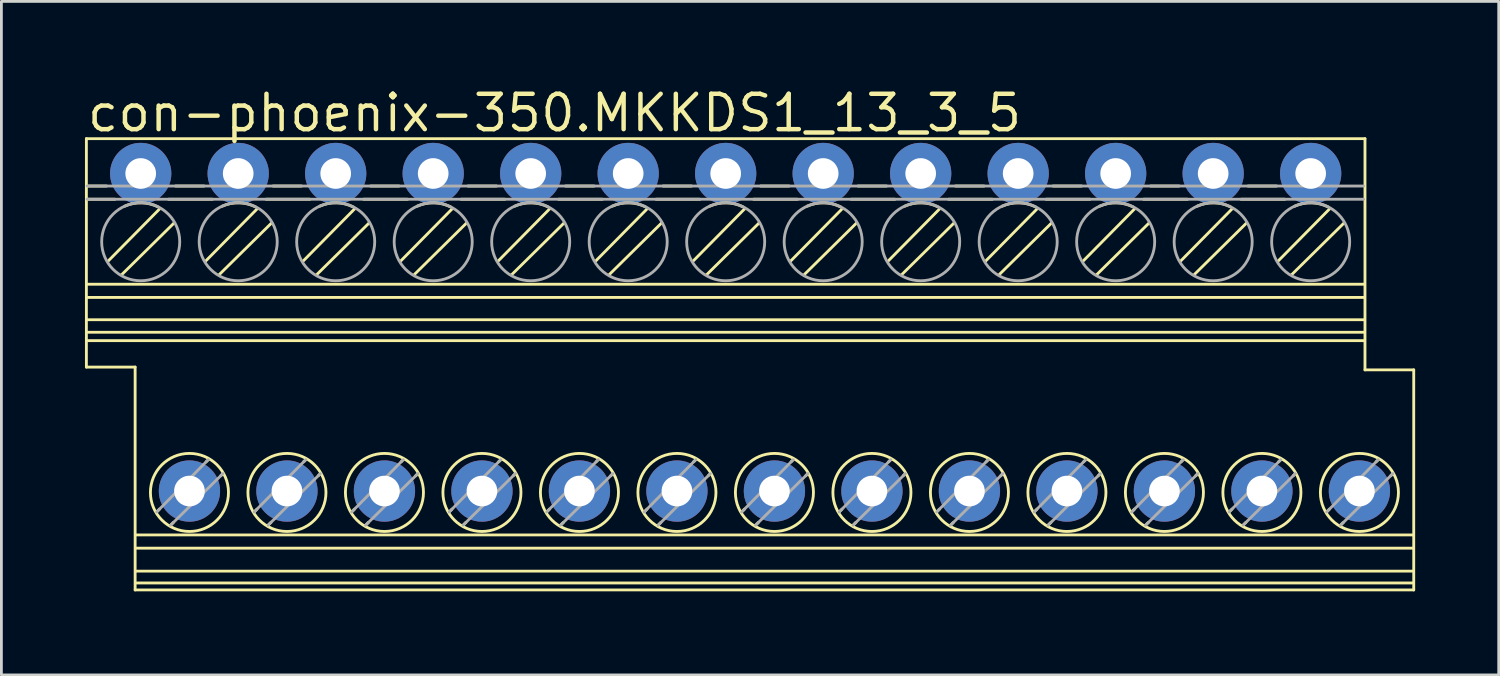
<source format=kicad_pcb>
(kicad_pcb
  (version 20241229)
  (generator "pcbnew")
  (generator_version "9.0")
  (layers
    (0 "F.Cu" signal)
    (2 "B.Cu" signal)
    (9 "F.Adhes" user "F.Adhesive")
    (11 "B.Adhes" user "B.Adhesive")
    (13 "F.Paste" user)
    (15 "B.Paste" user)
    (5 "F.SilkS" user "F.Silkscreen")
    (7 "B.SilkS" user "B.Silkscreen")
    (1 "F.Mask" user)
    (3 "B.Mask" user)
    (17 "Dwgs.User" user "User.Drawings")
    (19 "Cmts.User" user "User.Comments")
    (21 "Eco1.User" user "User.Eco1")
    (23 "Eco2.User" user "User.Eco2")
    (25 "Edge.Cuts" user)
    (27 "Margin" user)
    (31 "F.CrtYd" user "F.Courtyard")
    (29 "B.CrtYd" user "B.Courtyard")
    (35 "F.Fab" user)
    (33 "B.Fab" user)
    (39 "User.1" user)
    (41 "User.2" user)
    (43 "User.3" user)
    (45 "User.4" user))
  (footprint "con-phoenix-350.MKKDS1_13_3_5"
    (layer "F.Cu")
    (at 23.001 10.028)
    (property "Reference" "con-phoenix-350.MKKDS1_13_3_5" (at -23.001 -8.278 0) (layer "F.SilkS") (effects (font (size 1.27 1.27) (thickness 0.16)) (justify left bottom)))
    (attr through_hole)
    (fp_line (start -22.95 -8.1) (end 22.95 -8.1) (stroke (width 0.102) (type default)) (layer "F.SilkS"))
    (fp_line (start -22.95 0.1) (end -22.95 -8.1) (stroke (width 0.102) (type default)) (layer "F.SilkS"))
    (fp_line (start -22.925 -6.4) (end -22.225 -6.4) (stroke (width 0.102) (type default)) (layer "F.SilkS"))
    (fp_line (start -22.925 -5.925) (end -21.925 -5.925) (stroke (width 0.102) (type default)) (layer "F.SilkS"))
    (fp_line (start -22.9 -2.875) (end 22.925 -2.875) (stroke (width 0.102) (type default)) (layer "F.SilkS"))
    (fp_line (start -22.9 -2.4) (end 22.925 -2.4) (stroke (width 0.102) (type default)) (layer "F.SilkS"))
    (fp_line (start -22.9 -1.6) (end 22.925 -1.6) (stroke (width 0.102) (type default)) (layer "F.SilkS"))
    (fp_line (start -22.9 -0.85) (end 22.925 -0.85) (stroke (width 0.102) (type default)) (layer "F.SilkS"))
    (fp_line (start -22.175 -3.7) (end -20.325 -5.575) (stroke (width 0.102) (type default)) (layer "F.SilkS"))
    (fp_line (start -21.675 -3.225) (end -19.8 -5.075) (stroke (width 0.102) (type default)) (layer "F.SilkS"))
    (fp_line (start -21.2 0.1) (end -22.95 0.1) (stroke (width 0.102) (type default)) (layer "F.SilkS"))
    (fp_line (start -21.2 8.1) (end -21.2 0.1) (stroke (width 0.102) (type default)) (layer "F.SilkS"))
    (fp_line (start -21.15 6.125) (end 24.675 6.125) (stroke (width 0.102) (type default)) (layer "F.SilkS"))
    (fp_line (start -21.15 6.6) (end 24.675 6.6) (stroke (width 0.102) (type default)) (layer "F.SilkS"))
    (fp_line (start -21.15 7.425) (end 24.675 7.425) (stroke (width 0.102) (type default)) (layer "F.SilkS"))
    (fp_line (start -21.15 7.85) (end 24.675 7.85) (stroke (width 0.102) (type default)) (layer "F.SilkS"))
    (fp_line (start -20.425 5.3) (end -20.325 5.2) (stroke (width 0.102) (type default)) (layer "F.SilkS"))
    (fp_line (start -20 -5.925) (end -18.425 -5.925) (stroke (width 0.102) (type default)) (layer "F.SilkS"))
    (fp_line (start -19.925 5.775) (end -19.825 5.675) (stroke (width 0.102) (type default)) (layer "F.SilkS"))
    (fp_line (start -19.75 -6.4) (end -18.725 -6.4) (stroke (width 0.102) (type default)) (layer "F.SilkS"))
    (fp_line (start -18.675 -3.7) (end -16.825 -5.575) (stroke (width 0.102) (type default)) (layer "F.SilkS"))
    (fp_line (start -18.65 3.5) (end -18.575 3.425) (stroke (width 0.102) (type default)) (layer "F.SilkS"))
    (fp_line (start -18.175 -3.225) (end -16.3 -5.075) (stroke (width 0.102) (type default)) (layer "F.SilkS"))
    (fp_line (start -18.125 4) (end -18.05 3.925) (stroke (width 0.102) (type default)) (layer "F.SilkS"))
    (fp_line (start -16.925 5.3) (end -16.825 5.2) (stroke (width 0.102) (type default)) (layer "F.SilkS"))
    (fp_line (start -16.5 -5.925) (end -14.925 -5.925) (stroke (width 0.102) (type default)) (layer "F.SilkS"))
    (fp_line (start -16.425 5.775) (end -16.325 5.675) (stroke (width 0.102) (type default)) (layer "F.SilkS"))
    (fp_line (start -16.25 -6.4) (end -15.225 -6.4) (stroke (width 0.102) (type default)) (layer "F.SilkS"))
    (fp_line (start -15.175 -3.7) (end -13.325 -5.575) (stroke (width 0.102) (type default)) (layer "F.SilkS"))
    (fp_line (start -15.15 3.5) (end -15.075 3.425) (stroke (width 0.102) (type default)) (layer "F.SilkS"))
    (fp_line (start -14.675 -3.225) (end -12.8 -5.075) (stroke (width 0.102) (type default)) (layer "F.SilkS"))
    (fp_line (start -14.625 4) (end -14.55 3.925) (stroke (width 0.102) (type default)) (layer "F.SilkS"))
    (fp_line (start -13.425 5.3) (end -13.325 5.2) (stroke (width 0.102) (type default)) (layer "F.SilkS"))
    (fp_line (start -13 -5.925) (end -11.425 -5.925) (stroke (width 0.102) (type default)) (layer "F.SilkS"))
    (fp_line (start -12.925 5.775) (end -12.825 5.675) (stroke (width 0.102) (type default)) (layer "F.SilkS"))
    (fp_line (start -12.75 -6.4) (end -11.725 -6.4) (stroke (width 0.102) (type default)) (layer "F.SilkS"))
    (fp_line (start -11.675 -3.7) (end -9.825 -5.575) (stroke (width 0.102) (type default)) (layer "F.SilkS"))
    (fp_line (start -11.65 3.5) (end -11.575 3.425) (stroke (width 0.102) (type default)) (layer "F.SilkS"))
    (fp_line (start -11.175 -3.225) (end -9.3 -5.075) (stroke (width 0.102) (type default)) (layer "F.SilkS"))
    (fp_line (start -11.125 4) (end -11.05 3.925) (stroke (width 0.102) (type default)) (layer "F.SilkS"))
    (fp_line (start -9.925 5.3) (end -9.825 5.2) (stroke (width 0.102) (type default)) (layer "F.SilkS"))
    (fp_line (start -9.5 -5.925) (end -7.925 -5.925) (stroke (width 0.102) (type default)) (layer "F.SilkS"))
    (fp_line (start -9.425 5.775) (end -9.325 5.675) (stroke (width 0.102) (type default)) (layer "F.SilkS"))
    (fp_line (start -9.25 -6.4) (end -8.225 -6.4) (stroke (width 0.102) (type default)) (layer "F.SilkS"))
    (fp_line (start -8.175 -3.7) (end -6.325 -5.575) (stroke (width 0.102) (type default)) (layer "F.SilkS"))
    (fp_line (start -8.15 3.5) (end -8.075 3.425) (stroke (width 0.102) (type default)) (layer "F.SilkS"))
    (fp_line (start -7.675 -3.225) (end -5.8 -5.075) (stroke (width 0.102) (type default)) (layer "F.SilkS"))
    (fp_line (start -7.625 4) (end -7.55 3.925) (stroke (width 0.102) (type default)) (layer "F.SilkS"))
    (fp_line (start -6.425 5.3) (end -6.325 5.2) (stroke (width 0.102) (type default)) (layer "F.SilkS"))
    (fp_line (start -6 -5.925) (end -4.425 -5.925) (stroke (width 0.102) (type default)) (layer "F.SilkS"))
    (fp_line (start -5.925 5.775) (end -5.825 5.675) (stroke (width 0.102) (type default)) (layer "F.SilkS"))
    (fp_line (start -5.75 -6.4) (end -4.725 -6.4) (stroke (width 0.102) (type default)) (layer "F.SilkS"))
    (fp_line (start -4.675 -3.7) (end -2.825 -5.575) (stroke (width 0.102) (type default)) (layer "F.SilkS"))
    (fp_line (start -4.65 3.5) (end -4.575 3.425) (stroke (width 0.102) (type default)) (layer "F.SilkS"))
    (fp_line (start -4.175 -3.225) (end -2.3 -5.075) (stroke (width 0.102) (type default)) (layer "F.SilkS"))
    (fp_line (start -4.125 4) (end -4.05 3.925) (stroke (width 0.102) (type default)) (layer "F.SilkS"))
    (fp_line (start -2.925 5.3) (end -2.825 5.2) (stroke (width 0.102) (type default)) (layer "F.SilkS"))
    (fp_line (start -2.5 -5.925) (end -0.925 -5.925) (stroke (width 0.102) (type default)) (layer "F.SilkS"))
    (fp_line (start -2.425 5.775) (end -2.325 5.675) (stroke (width 0.102) (type default)) (layer "F.SilkS"))
    (fp_line (start -2.25 -6.4) (end -1.225 -6.4) (stroke (width 0.102) (type default)) (layer "F.SilkS"))
    (fp_line (start -1.175 -3.7) (end 0.675 -5.575) (stroke (width 0.102) (type default)) (layer "F.SilkS"))
    (fp_line (start -1.15 3.5) (end -1.075 3.425) (stroke (width 0.102) (type default)) (layer "F.SilkS"))
    (fp_line (start -0.675 -3.225) (end 1.2 -5.075) (stroke (width 0.102) (type default)) (layer "F.SilkS"))
    (fp_line (start -0.625 4) (end -0.55 3.925) (stroke (width 0.102) (type default)) (layer "F.SilkS"))
    (fp_line (start 0.575 5.3) (end 0.675 5.2) (stroke (width 0.102) (type default)) (layer "F.SilkS"))
    (fp_line (start 1 -5.925) (end 2.575 -5.925) (stroke (width 0.102) (type default)) (layer "F.SilkS"))
    (fp_line (start 1.075 5.775) (end 1.175 5.675) (stroke (width 0.102) (type default)) (layer "F.SilkS"))
    (fp_line (start 1.25 -6.4) (end 2.275 -6.4) (stroke (width 0.102) (type default)) (layer "F.SilkS"))
    (fp_line (start 2.325 -3.7) (end 4.175 -5.575) (stroke (width 0.102) (type default)) (layer "F.SilkS"))
    (fp_line (start 2.35 3.5) (end 2.425 3.425) (stroke (width 0.102) (type default)) (layer "F.SilkS"))
    (fp_line (start 2.825 -3.225) (end 4.7 -5.075) (stroke (width 0.102) (type default)) (layer "F.SilkS"))
    (fp_line (start 2.875 4) (end 2.95 3.925) (stroke (width 0.102) (type default)) (layer "F.SilkS"))
    (fp_line (start 4.075 5.3) (end 4.175 5.2) (stroke (width 0.102) (type default)) (layer "F.SilkS"))
    (fp_line (start 4.5 -5.925) (end 6.075 -5.925) (stroke (width 0.102) (type default)) (layer "F.SilkS"))
    (fp_line (start 4.575 5.775) (end 4.675 5.675) (stroke (width 0.102) (type default)) (layer "F.SilkS"))
    (fp_line (start 4.75 -6.4) (end 5.775 -6.4) (stroke (width 0.102) (type default)) (layer "F.SilkS"))
    (fp_line (start 5.825 -3.7) (end 7.675 -5.575) (stroke (width 0.102) (type default)) (layer "F.SilkS"))
    (fp_line (start 5.85 3.5) (end 5.925 3.425) (stroke (width 0.102) (type default)) (layer "F.SilkS"))
    (fp_line (start 6.325 -3.225) (end 8.2 -5.075) (stroke (width 0.102) (type default)) (layer "F.SilkS"))
    (fp_line (start 6.375 4) (end 6.45 3.925) (stroke (width 0.102) (type default)) (layer "F.SilkS"))
    (fp_line (start 7.575 5.3) (end 7.675 5.2) (stroke (width 0.102) (type default)) (layer "F.SilkS"))
    (fp_line (start 8 -5.925) (end 9.575 -5.925) (stroke (width 0.102) (type default)) (layer "F.SilkS"))
    (fp_line (start 8.075 5.775) (end 8.175 5.675) (stroke (width 0.102) (type default)) (layer "F.SilkS"))
    (fp_line (start 8.25 -6.4) (end 9.275 -6.4) (stroke (width 0.102) (type default)) (layer "F.SilkS"))
    (fp_line (start 9.325 -3.7) (end 11.175 -5.575) (stroke (width 0.102) (type default)) (layer "F.SilkS"))
    (fp_line (start 9.35 3.5) (end 9.425 3.425) (stroke (width 0.102) (type default)) (layer "F.SilkS"))
    (fp_line (start 9.825 -3.225) (end 11.7 -5.075) (stroke (width 0.102) (type default)) (layer "F.SilkS"))
    (fp_line (start 9.875 4) (end 9.95 3.925) (stroke (width 0.102) (type default)) (layer "F.SilkS"))
    (fp_line (start 11.075 5.3) (end 11.175 5.2) (stroke (width 0.102) (type default)) (layer "F.SilkS"))
    (fp_line (start 11.5 -5.925) (end 13.075 -5.925) (stroke (width 0.102) (type default)) (layer "F.SilkS"))
    (fp_line (start 11.575 5.775) (end 11.675 5.675) (stroke (width 0.102) (type default)) (layer "F.SilkS"))
    (fp_line (start 11.75 -6.4) (end 12.775 -6.4) (stroke (width 0.102) (type default)) (layer "F.SilkS"))
    (fp_line (start 12.825 -3.7) (end 14.675 -5.575) (stroke (width 0.102) (type default)) (layer "F.SilkS"))
    (fp_line (start 12.85 3.5) (end 12.925 3.425) (stroke (width 0.102) (type default)) (layer "F.SilkS"))
    (fp_line (start 13.325 -3.225) (end 15.2 -5.075) (stroke (width 0.102) (type default)) (layer "F.SilkS"))
    (fp_line (start 13.375 4) (end 13.45 3.925) (stroke (width 0.102) (type default)) (layer "F.SilkS"))
    (fp_line (start 14.575 5.3) (end 14.675 5.2) (stroke (width 0.102) (type default)) (layer "F.SilkS"))
    (fp_line (start 15 -5.925) (end 16.575 -5.925) (stroke (width 0.102) (type default)) (layer "F.SilkS"))
    (fp_line (start 15.075 5.775) (end 15.175 5.675) (stroke (width 0.102) (type default)) (layer "F.SilkS"))
    (fp_line (start 15.25 -6.4) (end 16.275 -6.4) (stroke (width 0.102) (type default)) (layer "F.SilkS"))
    (fp_line (start 16.325 -3.7) (end 18.175 -5.575) (stroke (width 0.102) (type default)) (layer "F.SilkS"))
    (fp_line (start 16.35 3.5) (end 16.425 3.425) (stroke (width 0.102) (type default)) (layer "F.SilkS"))
    (fp_line (start 16.825 -3.225) (end 18.7 -5.075) (stroke (width 0.102) (type default)) (layer "F.SilkS"))
    (fp_line (start 16.875 4) (end 16.95 3.925) (stroke (width 0.102) (type default)) (layer "F.SilkS"))
    (fp_line (start 18.075 5.3) (end 18.175 5.2) (stroke (width 0.102) (type default)) (layer "F.SilkS"))
    (fp_line (start 18.5 -5.925) (end 20.075 -5.925) (stroke (width 0.102) (type default)) (layer "F.SilkS"))
    (fp_line (start 18.575 5.775) (end 18.675 5.675) (stroke (width 0.102) (type default)) (layer "F.SilkS"))
    (fp_line (start 18.75 -6.4) (end 19.775 -6.4) (stroke (width 0.102) (type default)) (layer "F.SilkS"))
    (fp_line (start 19.825 -3.7) (end 21.675 -5.575) (stroke (width 0.102) (type default)) (layer "F.SilkS"))
    (fp_line (start 19.85 3.5) (end 19.925 3.425) (stroke (width 0.102) (type default)) (layer "F.SilkS"))
    (fp_line (start 20.325 -3.225) (end 22.2 -5.075) (stroke (width 0.102) (type default)) (layer "F.SilkS"))
    (fp_line (start 20.375 4) (end 20.45 3.925) (stroke (width 0.102) (type default)) (layer "F.SilkS"))
    (fp_line (start 21.575 5.3) (end 21.675 5.2) (stroke (width 0.102) (type default)) (layer "F.SilkS"))
    (fp_line (start 22.075 5.775) (end 22.175 5.675) (stroke (width 0.102) (type default)) (layer "F.SilkS"))
    (fp_line (start 22.925 -1.15) (end -22.9 -1.15) (stroke (width 0.102) (type default)) (layer "F.SilkS"))
    (fp_line (start 22.95 -8.1) (end 22.95 0.2) (stroke (width 0.102) (type default)) (layer "F.SilkS"))
    (fp_line (start 22.95 0.2) (end 24.7 0.2) (stroke (width 0.102) (type default)) (layer "F.SilkS"))
    (fp_line (start 23.35 3.5) (end 23.425 3.425) (stroke (width 0.102) (type default)) (layer "F.SilkS"))
    (fp_line (start 23.875 4) (end 23.95 3.925) (stroke (width 0.102) (type default)) (layer "F.SilkS"))
    (fp_line (start 24.7 0.2) (end 24.7 8.1) (stroke (width 0.102) (type default)) (layer "F.SilkS"))
    (fp_line (start 24.7 8.1) (end -21.2 8.1) (stroke (width 0.102) (type default)) (layer "F.SilkS"))
    (fp_arc (start -21.575 -5.675) (mid -20.972184 -5.797679) (end -20.375 -5.65) (stroke (width 0.1016) (type default)) (layer "F.SilkS"))
    (fp_arc (start -18.075 -5.675) (mid -17.472184 -5.797679) (end -16.875 -5.65) (stroke (width 0.1016) (type default)) (layer "F.SilkS"))
    (fp_arc (start -14.575 -5.675) (mid -13.972184 -5.797679) (end -13.375 -5.65) (stroke (width 0.1016) (type default)) (layer "F.SilkS"))
    (fp_arc (start -11.075 -5.675) (mid -10.472184 -5.797679) (end -9.875 -5.65) (stroke (width 0.1016) (type default)) (layer "F.SilkS"))
    (fp_arc (start -7.575 -5.675) (mid -6.972184 -5.797679) (end -6.375 -5.65) (stroke (width 0.1016) (type default)) (layer "F.SilkS"))
    (fp_arc (start -4.075 -5.675) (mid -3.472184 -5.797679) (end -2.875 -5.65) (stroke (width 0.1016) (type default)) (layer "F.SilkS"))
    (fp_arc (start -0.575 -5.675) (mid 0.027816 -5.797679) (end 0.625 -5.65) (stroke (width 0.1016) (type default)) (layer "F.SilkS"))
    (fp_arc (start 2.925 -5.675) (mid 3.527816 -5.797679) (end 4.125 -5.65) (stroke (width 0.1016) (type default)) (layer "F.SilkS"))
    (fp_arc (start 6.425 -5.675) (mid 7.027816 -5.797679) (end 7.625 -5.65) (stroke (width 0.1016) (type default)) (layer "F.SilkS"))
    (fp_arc (start 9.925 -5.675) (mid 10.527816 -5.797679) (end 11.125 -5.65) (stroke (width 0.1016) (type default)) (layer "F.SilkS"))
    (fp_arc (start 13.425 -5.675) (mid 14.027816 -5.797679) (end 14.625 -5.65) (stroke (width 0.1016) (type default)) (layer "F.SilkS"))
    (fp_arc (start 16.925 -5.675) (mid 17.527816 -5.797679) (end 18.125 -5.65) (stroke (width 0.1016) (type default)) (layer "F.SilkS"))
    (fp_arc (start 20.425 -5.675) (mid 21.027816 -5.797679) (end 21.625 -5.65) (stroke (width 0.1016) (type default)) (layer "F.SilkS"))
    (fp_circle (center -19.25 4.6) (end -17.849 4.6) (stroke (width 0.102) (type default)) (fill no) (layer "F.SilkS"))
    (fp_circle (center -15.75 4.6) (end -14.349 4.6) (stroke (width 0.102) (type default)) (fill no) (layer "F.SilkS"))
    (fp_circle (center -12.25 4.6) (end -10.849 4.6) (stroke (width 0.102) (type default)) (fill no) (layer "F.SilkS"))
    (fp_circle (center -8.75 4.6) (end -7.349 4.6) (stroke (width 0.102) (type default)) (fill no) (layer "F.SilkS"))
    (fp_circle (center -5.25 4.6) (end -3.849 4.6) (stroke (width 0.102) (type default)) (fill no) (layer "F.SilkS"))
    (fp_circle (center -1.75 4.6) (end -0.349 4.6) (stroke (width 0.102) (type default)) (fill no) (layer "F.SilkS"))
    (fp_circle (center 1.75 4.6) (end 3.151 4.6) (stroke (width 0.102) (type default)) (fill no) (layer "F.SilkS"))
    (fp_circle (center 5.25 4.6) (end 6.651 4.6) (stroke (width 0.102) (type default)) (fill no) (layer "F.SilkS"))
    (fp_circle (center 8.75 4.6) (end 10.151 4.6) (stroke (width 0.102) (type default)) (fill no) (layer "F.SilkS"))
    (fp_circle (center 12.25 4.6) (end 13.651 4.6) (stroke (width 0.102) (type default)) (fill no) (layer "F.SilkS"))
    (fp_circle (center 15.75 4.6) (end 17.151 4.6) (stroke (width 0.102) (type default)) (fill no) (layer "F.SilkS"))
    (fp_circle (center 19.25 4.6) (end 20.651 4.6) (stroke (width 0.102) (type default)) (fill no) (layer "F.SilkS"))
    (fp_circle (center 22.75 4.6) (end 24.151 4.6) (stroke (width 0.102) (type default)) (fill no) (layer "F.SilkS"))
    (fp_line (start -22.925 -6.4) (end 22.9 -6.4) (stroke (width 0.102) (type default)) (layer "F.Fab"))
    (fp_line (start -22.925 -5.925) (end 22.9 -5.925) (stroke (width 0.102) (type default)) (layer "F.Fab"))
    (fp_line (start -20.425 5.3) (end -18.575 3.425) (stroke (width 0.102) (type default)) (layer "F.Fab"))
    (fp_line (start -19.925 5.775) (end -18.05 3.925) (stroke (width 0.102) (type default)) (layer "F.Fab"))
    (fp_line (start -16.925 5.3) (end -15.075 3.425) (stroke (width 0.102) (type default)) (layer "F.Fab"))
    (fp_line (start -16.425 5.775) (end -14.55 3.925) (stroke (width 0.102) (type default)) (layer "F.Fab"))
    (fp_line (start -13.425 5.3) (end -11.575 3.425) (stroke (width 0.102) (type default)) (layer "F.Fab"))
    (fp_line (start -12.925 5.775) (end -11.05 3.925) (stroke (width 0.102) (type default)) (layer "F.Fab"))
    (fp_line (start -9.925 5.3) (end -8.075 3.425) (stroke (width 0.102) (type default)) (layer "F.Fab"))
    (fp_line (start -9.425 5.775) (end -7.55 3.925) (stroke (width 0.102) (type default)) (layer "F.Fab"))
    (fp_line (start -6.425 5.3) (end -4.575 3.425) (stroke (width 0.102) (type default)) (layer "F.Fab"))
    (fp_line (start -5.925 5.775) (end -4.05 3.925) (stroke (width 0.102) (type default)) (layer "F.Fab"))
    (fp_line (start -2.925 5.3) (end -1.075 3.425) (stroke (width 0.102) (type default)) (layer "F.Fab"))
    (fp_line (start -2.425 5.775) (end -0.55 3.925) (stroke (width 0.102) (type default)) (layer "F.Fab"))
    (fp_line (start 0.575 5.3) (end 2.425 3.425) (stroke (width 0.102) (type default)) (layer "F.Fab"))
    (fp_line (start 1.075 5.775) (end 2.95 3.925) (stroke (width 0.102) (type default)) (layer "F.Fab"))
    (fp_line (start 4.075 5.3) (end 5.925 3.425) (stroke (width 0.102) (type default)) (layer "F.Fab"))
    (fp_line (start 4.575 5.775) (end 6.45 3.925) (stroke (width 0.102) (type default)) (layer "F.Fab"))
    (fp_line (start 7.575 5.3) (end 9.425 3.425) (stroke (width 0.102) (type default)) (layer "F.Fab"))
    (fp_line (start 8.075 5.775) (end 9.95 3.925) (stroke (width 0.102) (type default)) (layer "F.Fab"))
    (fp_line (start 11.075 5.3) (end 12.925 3.425) (stroke (width 0.102) (type default)) (layer "F.Fab"))
    (fp_line (start 11.575 5.775) (end 13.45 3.925) (stroke (width 0.102) (type default)) (layer "F.Fab"))
    (fp_line (start 14.575 5.3) (end 16.425 3.425) (stroke (width 0.102) (type default)) (layer "F.Fab"))
    (fp_line (start 15.075 5.775) (end 16.95 3.925) (stroke (width 0.102) (type default)) (layer "F.Fab"))
    (fp_line (start 18.075 5.3) (end 19.925 3.425) (stroke (width 0.102) (type default)) (layer "F.Fab"))
    (fp_line (start 18.575 5.775) (end 20.45 3.925) (stroke (width 0.102) (type default)) (layer "F.Fab"))
    (fp_line (start 21.575 5.3) (end 23.425 3.425) (stroke (width 0.102) (type default)) (layer "F.Fab"))
    (fp_line (start 22.075 5.775) (end 23.95 3.925) (stroke (width 0.102) (type default)) (layer "F.Fab"))
    (fp_circle (center -21 -4.4) (end -19.599 -4.4) (stroke (width 0.102) (type default)) (fill no) (layer "F.Fab"))
    (fp_circle (center -17.5 -4.4) (end -16.099 -4.4) (stroke (width 0.102) (type default)) (fill no) (layer "F.Fab"))
    (fp_circle (center -14 -4.4) (end -12.599 -4.4) (stroke (width 0.102) (type default)) (fill no) (layer "F.Fab"))
    (fp_circle (center -10.5 -4.4) (end -9.099 -4.4) (stroke (width 0.102) (type default)) (fill no) (layer "F.Fab"))
    (fp_circle (center -7 -4.4) (end -5.599 -4.4) (stroke (width 0.102) (type default)) (fill no) (layer "F.Fab"))
    (fp_circle (center -3.5 -4.4) (end -2.099 -4.4) (stroke (width 0.102) (type default)) (fill no) (layer "F.Fab"))
    (fp_circle (center 0 -4.4) (end 1.401 -4.4) (stroke (width 0.102) (type default)) (fill no) (layer "F.Fab"))
    (fp_circle (center 3.5 -4.4) (end 4.901 -4.4) (stroke (width 0.102) (type default)) (fill no) (layer "F.Fab"))
    (fp_circle (center 7 -4.4) (end 8.401 -4.4) (stroke (width 0.102) (type default)) (fill no) (layer "F.Fab"))
    (fp_circle (center 10.5 -4.4) (end 11.901 -4.4) (stroke (width 0.102) (type default)) (fill no) (layer "F.Fab"))
    (fp_circle (center 14 -4.4) (end 15.401 -4.4) (stroke (width 0.102) (type default)) (fill no) (layer "F.Fab"))
    (fp_circle (center 17.5 -4.4) (end 18.901 -4.4) (stroke (width 0.102) (type default)) (fill no) (layer "F.Fab"))
    (fp_circle (center 21 -4.4) (end 22.401 -4.4) (stroke (width 0.102) (type default)) (fill no) (layer "F.Fab"))
    (pad "1" thru_hole circle (at -21 -6.85) (size 2.2 2.2) (drill 1.1) (layers "*.Cu" "*.Mask"))
    (pad "2" thru_hole circle (at -19.25 4.55) (size 2.2 2.2) (drill 1.1) (layers "*.Cu" "*.Mask"))
    (pad "3" thru_hole circle (at -17.5 -6.85) (size 2.2 2.2) (drill 1.1) (layers "*.Cu" "*.Mask"))
    (pad "4" thru_hole circle (at -15.75 4.55) (size 2.2 2.2) (drill 1.1) (layers "*.Cu" "*.Mask"))
    (pad "5" thru_hole circle (at -14 -6.85) (size 2.2 2.2) (drill 1.1) (layers "*.Cu" "*.Mask"))
    (pad "6" thru_hole circle (at -12.25 4.55) (size 2.2 2.2) (drill 1.1) (layers "*.Cu" "*.Mask"))
    (pad "7" thru_hole circle (at -10.5 -6.85) (size 2.2 2.2) (drill 1.1) (layers "*.Cu" "*.Mask"))
    (pad "8" thru_hole circle (at -8.75 4.55) (size 2.2 2.2) (drill 1.1) (layers "*.Cu" "*.Mask"))
    (pad "9" thru_hole circle (at -7 -6.85) (size 2.2 2.2) (drill 1.1) (layers "*.Cu" "*.Mask"))
    (pad "10" thru_hole circle (at -5.25 4.55) (size 2.2 2.2) (drill 1.1) (layers "*.Cu" "*.Mask"))
    (pad "11" thru_hole circle (at -3.5 -6.85) (size 2.2 2.2) (drill 1.1) (layers "*.Cu" "*.Mask"))
    (pad "12" thru_hole circle (at -1.75 4.55) (size 2.2 2.2) (drill 1.1) (layers "*.Cu" "*.Mask"))
    (pad "13" thru_hole circle (at 0 -6.85) (size 2.2 2.2) (drill 1.1) (layers "*.Cu" "*.Mask"))
    (pad "14" thru_hole circle (at 1.75 4.55) (size 2.2 2.2) (drill 1.1) (layers "*.Cu" "*.Mask"))
    (pad "15" thru_hole circle (at 3.5 -6.85) (size 2.2 2.2) (drill 1.1) (layers "*.Cu" "*.Mask"))
    (pad "16" thru_hole circle (at 5.25 4.55) (size 2.2 2.2) (drill 1.1) (layers "*.Cu" "*.Mask"))
    (pad "17" thru_hole circle (at 7 -6.85) (size 2.2 2.2) (drill 1.1) (layers "*.Cu" "*.Mask"))
    (pad "18" thru_hole circle (at 8.75 4.55) (size 2.2 2.2) (drill 1.1) (layers "*.Cu" "*.Mask"))
    (pad "19" thru_hole circle (at 10.5 -6.85) (size 2.2 2.2) (drill 1.1) (layers "*.Cu" "*.Mask"))
    (pad "20" thru_hole circle (at 12.25 4.55) (size 2.2 2.2) (drill 1.1) (layers "*.Cu" "*.Mask"))
    (pad "21" thru_hole circle (at 14 -6.85) (size 2.2 2.2) (drill 1.1) (layers "*.Cu" "*.Mask"))
    (pad "22" thru_hole circle (at 15.75 4.55) (size 2.2 2.2) (drill 1.1) (layers "*.Cu" "*.Mask"))
    (pad "23" thru_hole circle (at 17.5 -6.85) (size 2.2 2.2) (drill 1.1) (layers "*.Cu" "*.Mask"))
    (pad "24" thru_hole circle (at 19.25 4.55) (size 2.2 2.2) (drill 1.1) (layers "*.Cu" "*.Mask"))
    (pad "25" thru_hole circle (at 21 -6.85) (size 2.2 2.2) (drill 1.1) (layers "*.Cu" "*.Mask"))
    (pad "26" thru_hole circle (at 22.75 4.55) (size 2.2 2.2) (drill 1.1) (layers "*.Cu" "*.Mask")))
  (gr_rect
    (start -3 -3)
    (end 50.752 21.179)
    (stroke (width 0.1) (type default))
    (fill no)
    (layer "Edge.Cuts")))
</source>
